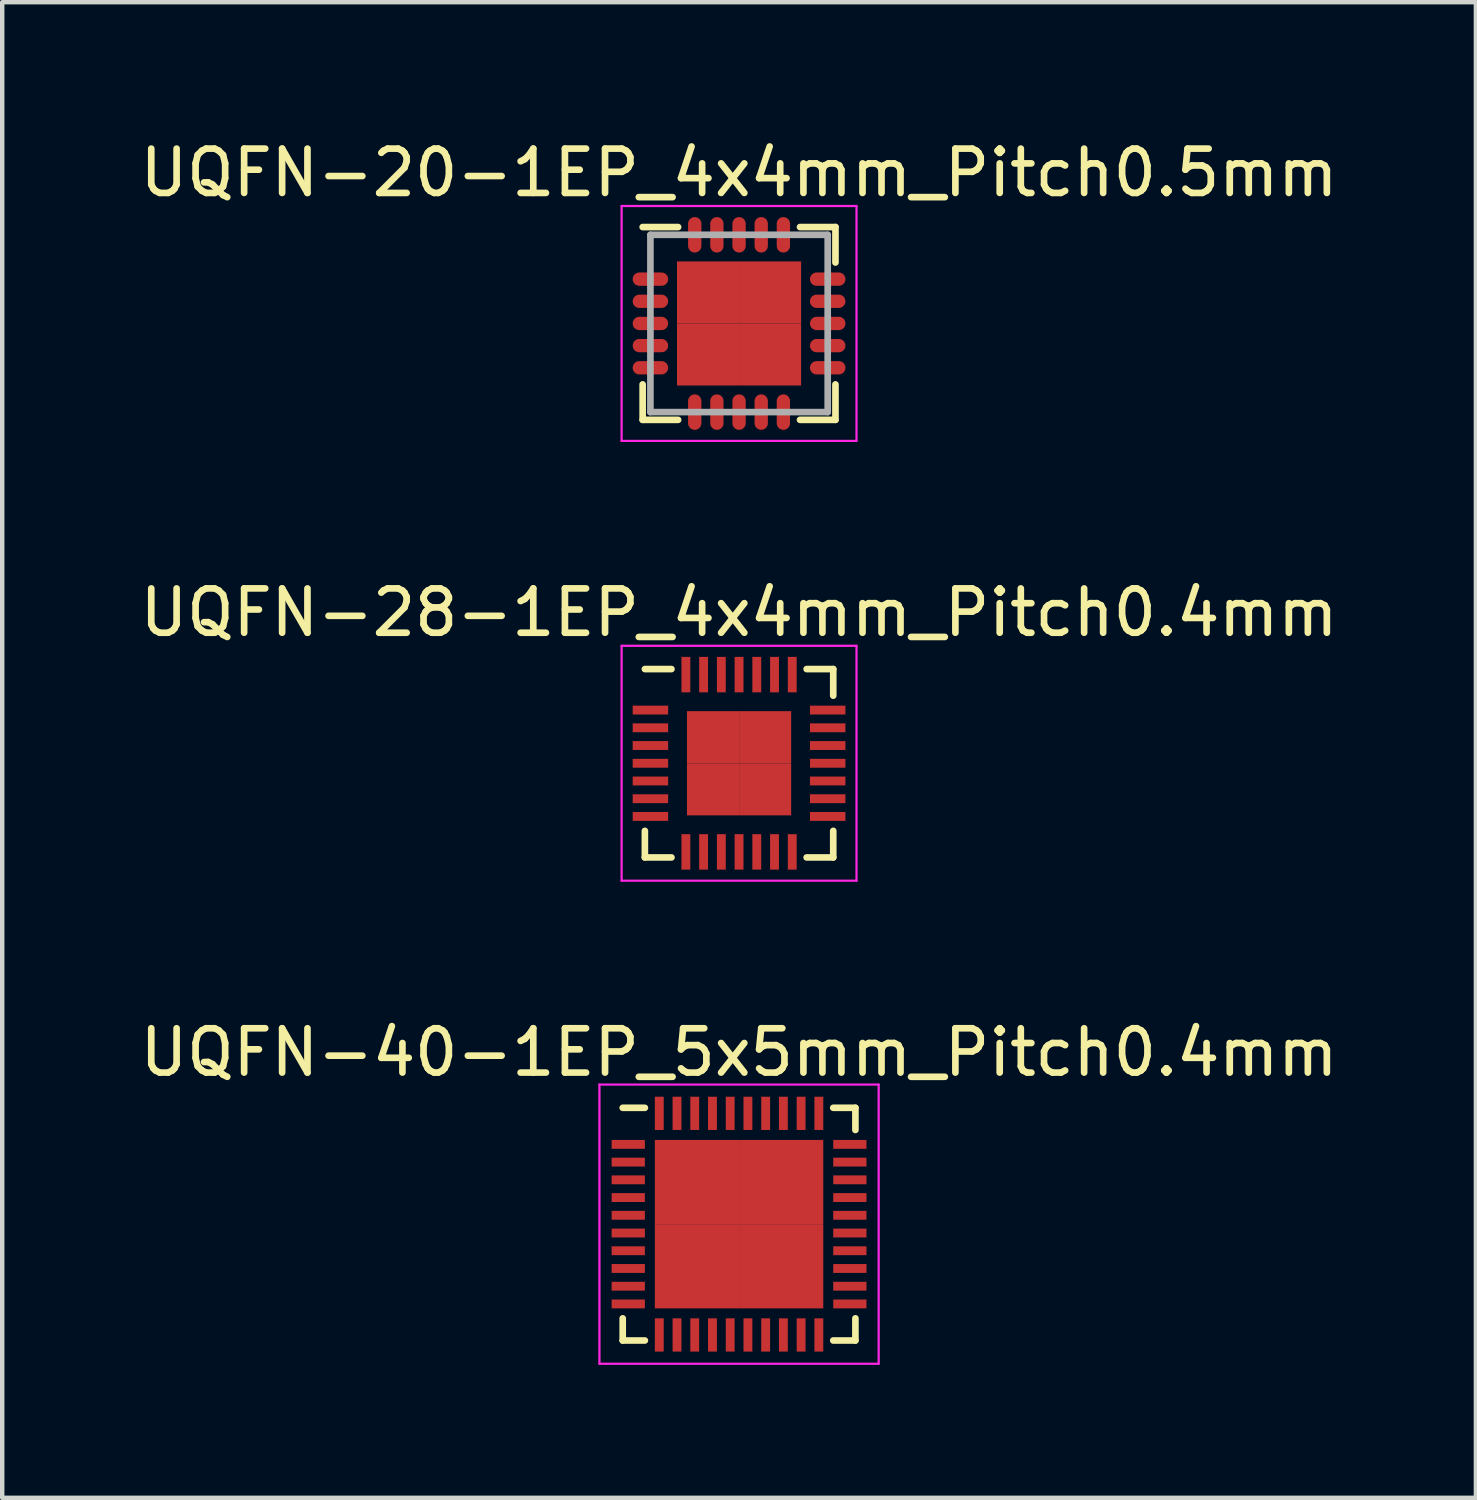
<source format=kicad_pcb>
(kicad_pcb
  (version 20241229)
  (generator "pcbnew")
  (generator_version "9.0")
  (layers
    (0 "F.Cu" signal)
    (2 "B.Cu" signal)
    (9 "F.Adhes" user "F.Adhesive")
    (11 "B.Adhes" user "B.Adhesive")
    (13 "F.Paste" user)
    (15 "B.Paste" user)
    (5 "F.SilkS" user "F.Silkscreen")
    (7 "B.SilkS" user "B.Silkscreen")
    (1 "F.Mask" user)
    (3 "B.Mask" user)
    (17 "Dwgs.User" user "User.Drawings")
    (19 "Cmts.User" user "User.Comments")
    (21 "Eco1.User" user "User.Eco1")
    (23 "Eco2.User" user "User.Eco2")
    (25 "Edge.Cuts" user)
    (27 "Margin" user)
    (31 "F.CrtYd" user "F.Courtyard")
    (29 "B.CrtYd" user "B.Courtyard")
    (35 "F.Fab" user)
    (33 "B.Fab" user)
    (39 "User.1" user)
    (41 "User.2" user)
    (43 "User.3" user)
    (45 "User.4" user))
  (footprint "UQFN-40-1EP_5x5mm_Pitch0.4mm"
    (layer "F.Cu")
    (at 13.625 24.57)
    (property "Reference" "UQFN-40-1EP_5x5mm_Pitch0.4mm" (at 0 -3.875 0) (layer "F.SilkS") (effects (font (size 1 1) (thickness 0.15))))
    (attr smd)
    (fp_line (start -2.625 -2.625) (end -2.125 -2.625) (stroke (width 0.15) (type solid)) (layer "F.SilkS"))
    (fp_line (start -2.625 2.625) (end -2.625 2.125) (stroke (width 0.15) (type solid)) (layer "F.SilkS"))
    (fp_line (start -2.625 2.625) (end -2.125 2.625) (stroke (width 0.15) (type solid)) (layer "F.SilkS"))
    (fp_line (start 2.625 -2.625) (end 2.125 -2.625) (stroke (width 0.15) (type solid)) (layer "F.SilkS"))
    (fp_line (start 2.625 -2.625) (end 2.625 -2.125) (stroke (width 0.15) (type solid)) (layer "F.SilkS"))
    (fp_line (start 2.625 2.625) (end 2.125 2.625) (stroke (width 0.15) (type solid)) (layer "F.SilkS"))
    (fp_line (start 2.625 2.625) (end 2.625 2.125) (stroke (width 0.15) (type solid)) (layer "F.SilkS"))
    (fp_line (start -3.15 -3.15) (end -3.15 3.15) (stroke (width 0.05) (type solid)) (layer "F.CrtYd"))
    (fp_line (start -3.15 -3.15) (end 3.15 -3.15) (stroke (width 0.05) (type solid)) (layer "F.CrtYd"))
    (fp_line (start -3.15 3.15) (end 3.15 3.15) (stroke (width 0.05) (type solid)) (layer "F.CrtYd"))
    (fp_line (start 3.15 -3.15) (end 3.15 3.15) (stroke (width 0.05) (type solid)) (layer "F.CrtYd"))
    (pad "1" smd rect (at -2.5 -1.8) (size 0.75 0.2) (layers "F.Cu" "F.Mask" "F.Paste"))
    (pad "2" smd rect (at -2.5 -1.4) (size 0.75 0.2) (layers "F.Cu" "F.Mask" "F.Paste"))
    (pad "3" smd rect (at -2.5 -1) (size 0.75 0.2) (layers "F.Cu" "F.Mask" "F.Paste"))
    (pad "4" smd rect (at -2.5 -0.6) (size 0.75 0.2) (layers "F.Cu" "F.Mask" "F.Paste"))
    (pad "5" smd rect (at -2.5 -0.2) (size 0.75 0.2) (layers "F.Cu" "F.Mask" "F.Paste"))
    (pad "6" smd rect (at -2.5 0.2) (size 0.75 0.2) (layers "F.Cu" "F.Mask" "F.Paste"))
    (pad "7" smd rect (at -2.5 0.6) (size 0.75 0.2) (layers "F.Cu" "F.Mask" "F.Paste"))
    (pad "8" smd rect (at -2.5 1) (size 0.75 0.2) (layers "F.Cu" "F.Mask" "F.Paste"))
    (pad "9" smd rect (at -2.5 1.4) (size 0.75 0.2) (layers "F.Cu" "F.Mask" "F.Paste"))
    (pad "10" smd rect (at -2.5 1.8) (size 0.75 0.2) (layers "F.Cu" "F.Mask" "F.Paste"))
    (pad "11" smd rect (at -1.8 2.5 90) (size 0.75 0.2) (layers "F.Cu" "F.Mask" "F.Paste"))
    (pad "12" smd rect (at -1.4 2.5 90) (size 0.75 0.2) (layers "F.Cu" "F.Mask" "F.Paste"))
    (pad "13" smd rect (at -1 2.5 90) (size 0.75 0.2) (layers "F.Cu" "F.Mask" "F.Paste"))
    (pad "14" smd rect (at -0.6 2.5 90) (size 0.75 0.2) (layers "F.Cu" "F.Mask" "F.Paste"))
    (pad "15" smd rect (at -0.2 2.5 90) (size 0.75 0.2) (layers "F.Cu" "F.Mask" "F.Paste"))
    (pad "16" smd rect (at 0.2 2.5 90) (size 0.75 0.2) (layers "F.Cu" "F.Mask" "F.Paste"))
    (pad "17" smd rect (at 0.6 2.5 90) (size 0.75 0.2) (layers "F.Cu" "F.Mask" "F.Paste"))
    (pad "18" smd rect (at 1 2.5 90) (size 0.75 0.2) (layers "F.Cu" "F.Mask" "F.Paste"))
    (pad "19" smd rect (at 1.4 2.5 90) (size 0.75 0.2) (layers "F.Cu" "F.Mask" "F.Paste"))
    (pad "20" smd rect (at 1.8 2.5 90) (size 0.75 0.2) (layers "F.Cu" "F.Mask" "F.Paste"))
    (pad "21" smd rect (at 2.5 1.8) (size 0.75 0.2) (layers "F.Cu" "F.Mask" "F.Paste"))
    (pad "22" smd rect (at 2.5 1.4) (size 0.75 0.2) (layers "F.Cu" "F.Mask" "F.Paste"))
    (pad "23" smd rect (at 2.5 1) (size 0.75 0.2) (layers "F.Cu" "F.Mask" "F.Paste"))
    (pad "24" smd rect (at 2.5 0.6) (size 0.75 0.2) (layers "F.Cu" "F.Mask" "F.Paste"))
    (pad "25" smd rect (at 2.5 0.2) (size 0.75 0.2) (layers "F.Cu" "F.Mask" "F.Paste"))
    (pad "26" smd rect (at 2.5 -0.2) (size 0.75 0.2) (layers "F.Cu" "F.Mask" "F.Paste"))
    (pad "27" smd rect (at 2.5 -0.6) (size 0.75 0.2) (layers "F.Cu" "F.Mask" "F.Paste"))
    (pad "28" smd rect (at 2.5 -1) (size 0.75 0.2) (layers "F.Cu" "F.Mask" "F.Paste"))
    (pad "29" smd rect (at 2.5 -1.4) (size 0.75 0.2) (layers "F.Cu" "F.Mask" "F.Paste"))
    (pad "30" smd rect (at 2.5 -1.8) (size 0.75 0.2) (layers "F.Cu" "F.Mask" "F.Paste"))
    (pad "31" smd rect (at 1.8 -2.5 90) (size 0.75 0.2) (layers "F.Cu" "F.Mask" "F.Paste"))
    (pad "32" smd rect (at 1.4 -2.5 90) (size 0.75 0.2) (layers "F.Cu" "F.Mask" "F.Paste"))
    (pad "33" smd rect (at 1 -2.5 90) (size 0.75 0.2) (layers "F.Cu" "F.Mask" "F.Paste"))
    (pad "34" smd rect (at 0.6 -2.5 90) (size 0.75 0.2) (layers "F.Cu" "F.Mask" "F.Paste"))
    (pad "35" smd rect (at 0.2 -2.5 90) (size 0.75 0.2) (layers "F.Cu" "F.Mask" "F.Paste"))
    (pad "36" smd rect (at -0.2 -2.5 90) (size 0.75 0.2) (layers "F.Cu" "F.Mask" "F.Paste"))
    (pad "37" smd rect (at -0.6 -2.5 90) (size 0.75 0.2) (layers "F.Cu" "F.Mask" "F.Paste"))
    (pad "38" smd rect (at -1 -2.5 90) (size 0.75 0.2) (layers "F.Cu" "F.Mask" "F.Paste"))
    (pad "39" smd rect (at -1.4 -2.5 90) (size 0.75 0.2) (layers "F.Cu" "F.Mask" "F.Paste"))
    (pad "40" smd rect (at -1.8 -2.5 90) (size 0.75 0.2) (layers "F.Cu" "F.Mask" "F.Paste"))
    (pad "41" smd rect (at -0.95 -0.95) (size 1.9 1.9) (layers "F.Cu" "F.Mask" "F.Paste"))
    (pad "41" smd rect (at -0.95 0.95) (size 1.9 1.9) (layers "F.Cu" "F.Mask" "F.Paste"))
    (pad "41" smd rect (at 0.95 -0.95) (size 1.9 1.9) (layers "F.Cu" "F.Mask" "F.Paste"))
    (pad "41" smd rect (at 0.95 0.95) (size 1.9 1.9) (layers "F.Cu" "F.Mask" "F.Paste")))
  (footprint "UQFN-20-1EP_4x4mm_Pitch0.5mm"
    (layer "F.Cu")
    (at 13.625 4.248)
    (property "Reference" "UQFN-20-1EP_4x4mm_Pitch0.5mm" (at 0 -3.4 0) (layer "F.SilkS") (effects (font (size 1 1) (thickness 0.15))))
    (attr smd)
    (fp_line (start -2.175 -2.175) (end -1.375 -2.175) (stroke (width 0.15) (type solid)) (layer "F.SilkS"))
    (fp_line (start -2.175 2.175) (end -2.175 1.375) (stroke (width 0.15) (type solid)) (layer "F.SilkS"))
    (fp_line (start -2.175 2.175) (end -1.375 2.175) (stroke (width 0.15) (type solid)) (layer "F.SilkS"))
    (fp_line (start 2.175 -2.175) (end 1.375 -2.175) (stroke (width 0.15) (type solid)) (layer "F.SilkS"))
    (fp_line (start 2.175 -2.175) (end 2.175 -1.375) (stroke (width 0.15) (type solid)) (layer "F.SilkS"))
    (fp_line (start 2.175 2.175) (end 1.375 2.175) (stroke (width 0.15) (type solid)) (layer "F.SilkS"))
    (fp_line (start 2.175 2.175) (end 2.175 1.375) (stroke (width 0.15) (type solid)) (layer "F.SilkS"))
    (fp_line (start -2.65 -2.65) (end -2.65 2.65) (stroke (width 0.05) (type solid)) (layer "F.CrtYd"))
    (fp_line (start -2.65 -2.65) (end 2.65 -2.65) (stroke (width 0.05) (type solid)) (layer "F.CrtYd"))
    (fp_line (start -2.65 2.65) (end 2.65 2.65) (stroke (width 0.05) (type solid)) (layer "F.CrtYd"))
    (fp_line (start 2.65 -2.65) (end 2.65 2.65) (stroke (width 0.05) (type solid)) (layer "F.CrtYd"))
    (fp_line (start -2 -2) (end 2 -2) (stroke (width 0.15) (type solid)) (layer "F.Fab"))
    (fp_line (start -2 2) (end -2 -2) (stroke (width 0.15) (type solid)) (layer "F.Fab"))
    (fp_line (start 2 -2) (end 2 2) (stroke (width 0.15) (type solid)) (layer "F.Fab"))
    (fp_line (start 2 2) (end -2 2) (stroke (width 0.15) (type solid)) (layer "F.Fab"))
    (pad "1" smd oval (at -2 -1) (size 0.8 0.3) (layers "F.Cu" "F.Mask" "F.Paste"))
    (pad "2" smd oval (at -2 -0.5) (size 0.8 0.3) (layers "F.Cu" "F.Mask" "F.Paste"))
    (pad "3" smd oval (at -2 0) (size 0.8 0.3) (layers "F.Cu" "F.Mask" "F.Paste"))
    (pad "4" smd oval (at -2 0.5) (size 0.8 0.3) (layers "F.Cu" "F.Mask" "F.Paste"))
    (pad "5" smd oval (at -2 1) (size 0.8 0.3) (layers "F.Cu" "F.Mask" "F.Paste"))
    (pad "6" smd oval (at -1 2 90) (size 0.8 0.3) (layers "F.Cu" "F.Mask" "F.Paste"))
    (pad "7" smd oval (at -0.5 2 90) (size 0.8 0.3) (layers "F.Cu" "F.Mask" "F.Paste"))
    (pad "8" smd oval (at 0 2 90) (size 0.8 0.3) (layers "F.Cu" "F.Mask" "F.Paste"))
    (pad "9" smd oval (at 0.5 2 90) (size 0.8 0.3) (layers "F.Cu" "F.Mask" "F.Paste"))
    (pad "10" smd oval (at 1 2 90) (size 0.8 0.3) (layers "F.Cu" "F.Mask" "F.Paste"))
    (pad "11" smd oval (at 2 1) (size 0.8 0.3) (layers "F.Cu" "F.Mask" "F.Paste"))
    (pad "12" smd oval (at 2 0.5) (size 0.8 0.3) (layers "F.Cu" "F.Mask" "F.Paste"))
    (pad "13" smd oval (at 2 0) (size 0.8 0.3) (layers "F.Cu" "F.Mask" "F.Paste"))
    (pad "14" smd oval (at 2 -0.5) (size 0.8 0.3) (layers "F.Cu" "F.Mask" "F.Paste"))
    (pad "15" smd oval (at 2 -1) (size 0.8 0.3) (layers "F.Cu" "F.Mask" "F.Paste"))
    (pad "16" smd oval (at 1 -2 90) (size 0.8 0.3) (layers "F.Cu" "F.Mask" "F.Paste"))
    (pad "17" smd oval (at 0.5 -2 90) (size 0.8 0.3) (layers "F.Cu" "F.Mask" "F.Paste"))
    (pad "18" smd oval (at 0 -2 90) (size 0.8 0.3) (layers "F.Cu" "F.Mask" "F.Paste"))
    (pad "19" smd oval (at -0.5 -2 90) (size 0.8 0.3) (layers "F.Cu" "F.Mask" "F.Paste"))
    (pad "20" smd oval (at -1 -2 90) (size 0.8 0.3) (layers "F.Cu" "F.Mask" "F.Paste"))
    (pad "21" smd rect (at -0.7 -0.7) (size 1.4 1.4) (layers "F.Cu" "F.Mask" "F.Paste"))
    (pad "21" smd rect (at -0.7 0.7) (size 1.4 1.4) (layers "F.Cu" "F.Mask" "F.Paste"))
    (pad "21" smd rect (at 0.7 -0.7) (size 1.4 1.4) (layers "F.Cu" "F.Mask" "F.Paste"))
    (pad "21" smd rect (at 0.7 0.7) (size 1.4 1.4) (layers "F.Cu" "F.Mask" "F.Paste")))
  (footprint "UQFN-28-1EP_4x4mm_Pitch0.4mm"
    (layer "F.Cu")
    (at 13.625 14.171)
    (property "Reference" "UQFN-28-1EP_4x4mm_Pitch0.4mm" (at 0 -3.4 0) (layer "F.SilkS") (effects (font (size 1 1) (thickness 0.15))))
    (attr smd)
    (fp_line (start -2.125 -2.125) (end -1.525 -2.125) (stroke (width 0.15) (type solid)) (layer "F.SilkS"))
    (fp_line (start -2.125 2.125) (end -2.125 1.525) (stroke (width 0.15) (type solid)) (layer "F.SilkS"))
    (fp_line (start -2.125 2.125) (end -1.525 2.125) (stroke (width 0.15) (type solid)) (layer "F.SilkS"))
    (fp_line (start 2.125 -2.125) (end 1.525 -2.125) (stroke (width 0.15) (type solid)) (layer "F.SilkS"))
    (fp_line (start 2.125 -2.125) (end 2.125 -1.525) (stroke (width 0.15) (type solid)) (layer "F.SilkS"))
    (fp_line (start 2.125 2.125) (end 1.525 2.125) (stroke (width 0.15) (type solid)) (layer "F.SilkS"))
    (fp_line (start 2.125 2.125) (end 2.125 1.525) (stroke (width 0.15) (type solid)) (layer "F.SilkS"))
    (fp_line (start -2.65 -2.65) (end -2.65 2.65) (stroke (width 0.05) (type solid)) (layer "F.CrtYd"))
    (fp_line (start -2.65 -2.65) (end 2.65 -2.65) (stroke (width 0.05) (type solid)) (layer "F.CrtYd"))
    (fp_line (start -2.65 2.65) (end 2.65 2.65) (stroke (width 0.05) (type solid)) (layer "F.CrtYd"))
    (fp_line (start 2.65 -2.65) (end 2.65 2.65) (stroke (width 0.05) (type solid)) (layer "F.CrtYd"))
    (pad "1" smd rect (at -2 -1.2) (size 0.8 0.2) (layers "F.Cu" "F.Mask" "F.Paste"))
    (pad "2" smd rect (at -2 -0.8) (size 0.8 0.2) (layers "F.Cu" "F.Mask" "F.Paste"))
    (pad "3" smd rect (at -2 -0.4) (size 0.8 0.2) (layers "F.Cu" "F.Mask" "F.Paste"))
    (pad "4" smd rect (at -2 0) (size 0.8 0.2) (layers "F.Cu" "F.Mask" "F.Paste"))
    (pad "5" smd rect (at -2 0.4) (size 0.8 0.2) (layers "F.Cu" "F.Mask" "F.Paste"))
    (pad "6" smd rect (at -2 0.8) (size 0.8 0.2) (layers "F.Cu" "F.Mask" "F.Paste"))
    (pad "7" smd rect (at -2 1.2) (size 0.8 0.2) (layers "F.Cu" "F.Mask" "F.Paste"))
    (pad "8" smd rect (at -1.2 2 90) (size 0.8 0.2) (layers "F.Cu" "F.Mask" "F.Paste"))
    (pad "9" smd rect (at -0.8 2 90) (size 0.8 0.2) (layers "F.Cu" "F.Mask" "F.Paste"))
    (pad "10" smd rect (at -0.4 2 90) (size 0.8 0.2) (layers "F.Cu" "F.Mask" "F.Paste"))
    (pad "11" smd rect (at 0 2 90) (size 0.8 0.2) (layers "F.Cu" "F.Mask" "F.Paste"))
    (pad "12" smd rect (at 0.4 2 90) (size 0.8 0.2) (layers "F.Cu" "F.Mask" "F.Paste"))
    (pad "13" smd rect (at 0.8 2 90) (size 0.8 0.2) (layers "F.Cu" "F.Mask" "F.Paste"))
    (pad "14" smd rect (at 1.2 2 90) (size 0.8 0.2) (layers "F.Cu" "F.Mask" "F.Paste"))
    (pad "15" smd rect (at 2 1.2) (size 0.8 0.2) (layers "F.Cu" "F.Mask" "F.Paste"))
    (pad "16" smd rect (at 2 0.8) (size 0.8 0.2) (layers "F.Cu" "F.Mask" "F.Paste"))
    (pad "17" smd rect (at 2 0.4) (size 0.8 0.2) (layers "F.Cu" "F.Mask" "F.Paste"))
    (pad "18" smd rect (at 2 0) (size 0.8 0.2) (layers "F.Cu" "F.Mask" "F.Paste"))
    (pad "19" smd rect (at 2 -0.4) (size 0.8 0.2) (layers "F.Cu" "F.Mask" "F.Paste"))
    (pad "20" smd rect (at 2 -0.8) (size 0.8 0.2) (layers "F.Cu" "F.Mask" "F.Paste"))
    (pad "21" smd rect (at 2 -1.2) (size 0.8 0.2) (layers "F.Cu" "F.Mask" "F.Paste"))
    (pad "22" smd rect (at 1.2 -2 90) (size 0.8 0.2) (layers "F.Cu" "F.Mask" "F.Paste"))
    (pad "23" smd rect (at 0.8 -2 90) (size 0.8 0.2) (layers "F.Cu" "F.Mask" "F.Paste"))
    (pad "24" smd rect (at 0.4 -2 90) (size 0.8 0.2) (layers "F.Cu" "F.Mask" "F.Paste"))
    (pad "25" smd rect (at 0 -2 90) (size 0.8 0.2) (layers "F.Cu" "F.Mask" "F.Paste"))
    (pad "26" smd rect (at -0.4 -2 90) (size 0.8 0.2) (layers "F.Cu" "F.Mask" "F.Paste"))
    (pad "27" smd rect (at -0.8 -2 90) (size 0.8 0.2) (layers "F.Cu" "F.Mask" "F.Paste"))
    (pad "28" smd rect (at -1.2 -2 90) (size 0.8 0.2) (layers "F.Cu" "F.Mask" "F.Paste"))
    (pad "29" smd rect (at -0.588 -0.588) (size 1.175 1.175) (layers "F.Cu" "F.Mask" "F.Paste"))
    (pad "29" smd rect (at -0.588 0.588) (size 1.175 1.175) (layers "F.Cu" "F.Mask" "F.Paste"))
    (pad "29" smd rect (at 0.588 -0.588) (size 1.175 1.175) (layers "F.Cu" "F.Mask" "F.Paste"))
    (pad "29" smd rect (at 0.588 0.588) (size 1.175 1.175) (layers "F.Cu" "F.Mask" "F.Paste")))
  (gr_rect
    (start -3 -3)
    (end 30.25 30.745)
    (stroke (width 0.1) (type default))
    (fill no)
    (layer "Edge.Cuts")))
</source>
